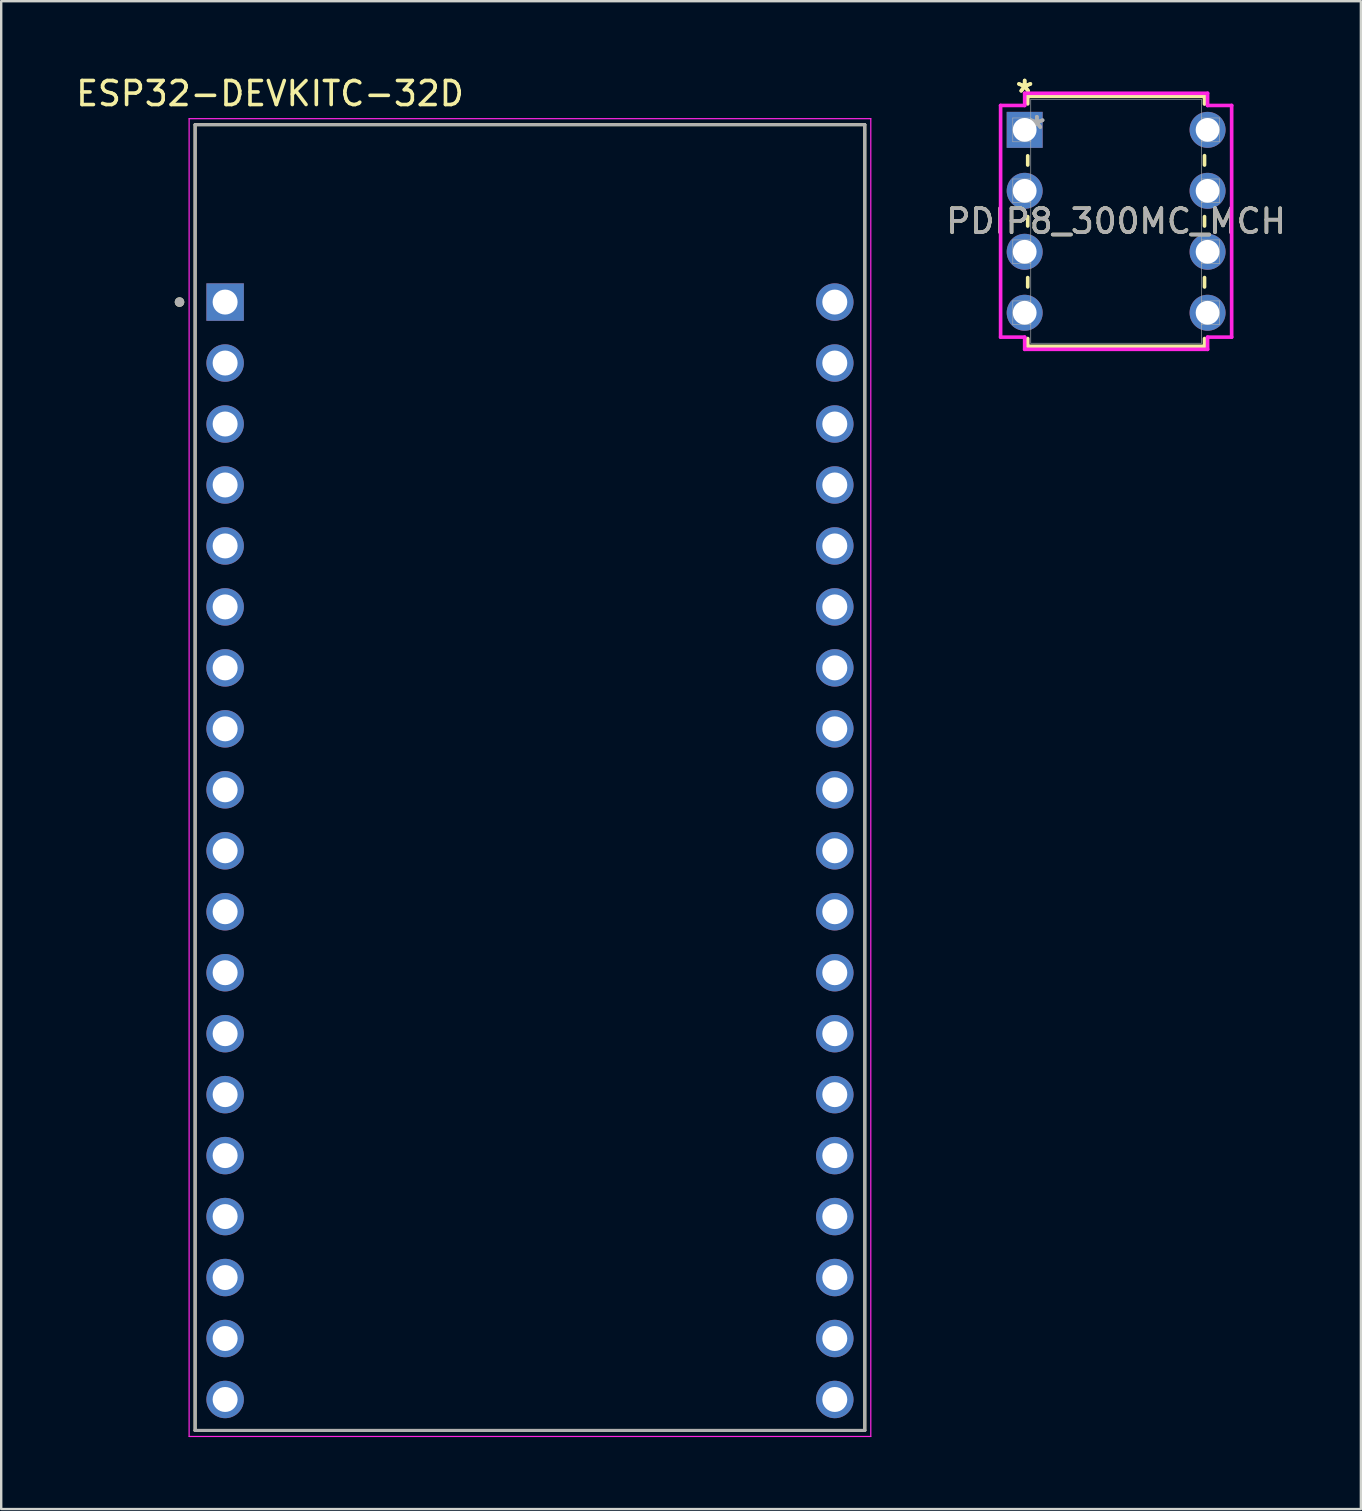
<source format=kicad_pcb>
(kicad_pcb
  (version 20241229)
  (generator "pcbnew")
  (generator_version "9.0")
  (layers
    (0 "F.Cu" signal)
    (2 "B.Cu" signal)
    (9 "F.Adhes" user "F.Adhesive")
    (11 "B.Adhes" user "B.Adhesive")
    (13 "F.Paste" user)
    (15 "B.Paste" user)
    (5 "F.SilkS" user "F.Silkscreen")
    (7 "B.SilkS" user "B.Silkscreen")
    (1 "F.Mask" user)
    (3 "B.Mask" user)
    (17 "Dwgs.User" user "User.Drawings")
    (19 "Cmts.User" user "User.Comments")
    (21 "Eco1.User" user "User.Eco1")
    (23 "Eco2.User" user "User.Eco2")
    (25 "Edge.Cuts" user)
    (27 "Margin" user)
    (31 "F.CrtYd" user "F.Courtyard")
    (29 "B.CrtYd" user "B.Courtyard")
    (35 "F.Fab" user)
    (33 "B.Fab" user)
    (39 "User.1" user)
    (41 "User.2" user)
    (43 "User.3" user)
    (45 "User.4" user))
  (footprint "PDIP8_300MC_MCH"
    (layer "F.Cu")
    (at 39.64 2.36)
    (property "Reference" "PDIP8_300MC_MCH" (at 3.81 3.81 0) (unlocked yes) (layer "F.SilkS") (effects (font (size 1 1) (thickness 0.15))))
    (attr through_hole)
    (fp_line (start 0.127 -1.397) (end 0.127 -1.082) (stroke (width 0.152) (type solid)) (layer "F.SilkS"))
    (fp_line (start 0.127 1.082) (end 0.127 1.465) (stroke (width 0.152) (type solid)) (layer "F.SilkS"))
    (fp_line (start 0.127 3.615) (end 0.127 4.005) (stroke (width 0.152) (type solid)) (layer "F.SilkS"))
    (fp_line (start 0.127 6.155) (end 0.127 6.545) (stroke (width 0.152) (type solid)) (layer "F.SilkS"))
    (fp_line (start 0.127 8.695) (end 0.127 9.017) (stroke (width 0.152) (type solid)) (layer "F.SilkS"))
    (fp_line (start 0.127 9.017) (end 7.493 9.017) (stroke (width 0.152) (type solid)) (layer "F.SilkS"))
    (fp_line (start 7.493 -1.397) (end 0.127 -1.397) (stroke (width 0.152) (type solid)) (layer "F.SilkS"))
    (fp_line (start 7.493 -1.075) (end 7.493 -1.397) (stroke (width 0.152) (type solid)) (layer "F.SilkS"))
    (fp_line (start 7.493 1.465) (end 7.493 1.075) (stroke (width 0.152) (type solid)) (layer "F.SilkS"))
    (fp_line (start 7.493 4.005) (end 7.493 3.615) (stroke (width 0.152) (type solid)) (layer "F.SilkS"))
    (fp_line (start 7.493 6.545) (end 7.493 6.155) (stroke (width 0.152) (type solid)) (layer "F.SilkS"))
    (fp_line (start 7.493 9.017) (end 7.493 8.695) (stroke (width 0.152) (type solid)) (layer "F.SilkS"))
    (fp_line (start -1.003 -1.016) (end 0 -1.016) (stroke (width 0.152) (type solid)) (layer "F.CrtYd"))
    (fp_line (start -1.003 8.636) (end -1.003 -1.016) (stroke (width 0.152) (type solid)) (layer "F.CrtYd"))
    (fp_line (start 0 -1.524) (end 7.62 -1.524) (stroke (width 0.152) (type solid)) (layer "F.CrtYd"))
    (fp_line (start 0 -1.016) (end 0 -1.524) (stroke (width 0.152) (type solid)) (layer "F.CrtYd"))
    (fp_line (start 0 8.636) (end -1.003 8.636) (stroke (width 0.152) (type solid)) (layer "F.CrtYd"))
    (fp_line (start 0 9.144) (end 0 8.636) (stroke (width 0.152) (type solid)) (layer "F.CrtYd"))
    (fp_line (start 7.62 -1.524) (end 7.62 -1.016) (stroke (width 0.152) (type solid)) (layer "F.CrtYd"))
    (fp_line (start 7.62 8.636) (end 7.62 9.144) (stroke (width 0.152) (type solid)) (layer "F.CrtYd"))
    (fp_line (start 7.62 9.144) (end 0 9.144) (stroke (width 0.152) (type solid)) (layer "F.CrtYd"))
    (fp_line (start 8.623 -1.016) (end 7.62 -1.016) (stroke (width 0.152) (type solid)) (layer "F.CrtYd"))
    (fp_line (start 8.623 -1.016) (end 8.623 8.636) (stroke (width 0.152) (type solid)) (layer "F.CrtYd"))
    (fp_line (start 8.623 8.636) (end 7.62 8.636) (stroke (width 0.152) (type solid)) (layer "F.CrtYd"))
    (fp_line (start -0.495 -0.495) (end -0.495 0.495) (stroke (width 0.025) (type solid)) (layer "F.Fab"))
    (fp_line (start -0.495 0.495) (end 0.254 0.495) (stroke (width 0.025) (type solid)) (layer "F.Fab"))
    (fp_line (start -0.495 2.045) (end -0.495 3.035) (stroke (width 0.025) (type solid)) (layer "F.Fab"))
    (fp_line (start -0.495 3.035) (end 0.254 3.035) (stroke (width 0.025) (type solid)) (layer "F.Fab"))
    (fp_line (start -0.495 4.585) (end -0.495 5.575) (stroke (width 0.025) (type solid)) (layer "F.Fab"))
    (fp_line (start -0.495 5.575) (end 0.254 5.575) (stroke (width 0.025) (type solid)) (layer "F.Fab"))
    (fp_line (start -0.495 7.125) (end -0.495 8.115) (stroke (width 0.025) (type solid)) (layer "F.Fab"))
    (fp_line (start -0.495 8.115) (end 0.254 8.115) (stroke (width 0.025) (type solid)) (layer "F.Fab"))
    (fp_line (start 0.254 -1.27) (end 0.254 8.89) (stroke (width 0.025) (type solid)) (layer "F.Fab"))
    (fp_line (start 0.254 -0.495) (end -0.495 -0.495) (stroke (width 0.025) (type solid)) (layer "F.Fab"))
    (fp_line (start 0.254 0.495) (end 0.254 -0.495) (stroke (width 0.025) (type solid)) (layer "F.Fab"))
    (fp_line (start 0.254 2.045) (end -0.495 2.045) (stroke (width 0.025) (type solid)) (layer "F.Fab"))
    (fp_line (start 0.254 3.035) (end 0.254 2.045) (stroke (width 0.025) (type solid)) (layer "F.Fab"))
    (fp_line (start 0.254 4.585) (end -0.495 4.585) (stroke (width 0.025) (type solid)) (layer "F.Fab"))
    (fp_line (start 0.254 5.575) (end 0.254 4.585) (stroke (width 0.025) (type solid)) (layer "F.Fab"))
    (fp_line (start 0.254 7.125) (end -0.495 7.125) (stroke (width 0.025) (type solid)) (layer "F.Fab"))
    (fp_line (start 0.254 8.115) (end 0.254 7.125) (stroke (width 0.025) (type solid)) (layer "F.Fab"))
    (fp_line (start 0.254 8.89) (end 7.366 8.89) (stroke (width 0.025) (type solid)) (layer "F.Fab"))
    (fp_line (start 7.366 -1.27) (end 0.254 -1.27) (stroke (width 0.025) (type solid)) (layer "F.Fab"))
    (fp_line (start 7.366 -0.495) (end 7.366 0.495) (stroke (width 0.025) (type solid)) (layer "F.Fab"))
    (fp_line (start 7.366 0.495) (end 8.115 0.495) (stroke (width 0.025) (type solid)) (layer "F.Fab"))
    (fp_line (start 7.366 2.045) (end 7.366 3.035) (stroke (width 0.025) (type solid)) (layer "F.Fab"))
    (fp_line (start 7.366 3.035) (end 8.115 3.035) (stroke (width 0.025) (type solid)) (layer "F.Fab"))
    (fp_line (start 7.366 4.585) (end 7.366 5.575) (stroke (width 0.025) (type solid)) (layer "F.Fab"))
    (fp_line (start 7.366 5.575) (end 8.115 5.575) (stroke (width 0.025) (type solid)) (layer "F.Fab"))
    (fp_line (start 7.366 7.125) (end 7.366 8.115) (stroke (width 0.025) (type solid)) (layer "F.Fab"))
    (fp_line (start 7.366 8.115) (end 8.115 8.115) (stroke (width 0.025) (type solid)) (layer "F.Fab"))
    (fp_line (start 7.366 8.89) (end 7.366 -1.27) (stroke (width 0.025) (type solid)) (layer "F.Fab"))
    (fp_line (start 8.115 -0.495) (end 7.366 -0.495) (stroke (width 0.025) (type solid)) (layer "F.Fab"))
    (fp_line (start 8.115 0.495) (end 8.115 -0.495) (stroke (width 0.025) (type solid)) (layer "F.Fab"))
    (fp_line (start 8.115 2.045) (end 7.366 2.045) (stroke (width 0.025) (type solid)) (layer "F.Fab"))
    (fp_line (start 8.115 3.035) (end 8.115 2.045) (stroke (width 0.025) (type solid)) (layer "F.Fab"))
    (fp_line (start 8.115 4.585) (end 7.366 4.585) (stroke (width 0.025) (type solid)) (layer "F.Fab"))
    (fp_line (start 8.115 5.575) (end 8.115 4.585) (stroke (width 0.025) (type solid)) (layer "F.Fab"))
    (fp_line (start 8.115 7.125) (end 7.366 7.125) (stroke (width 0.025) (type solid)) (layer "F.Fab"))
    (fp_line (start 8.115 8.115) (end 8.115 7.125) (stroke (width 0.025) (type solid)) (layer "F.Fab"))
    (fp_text user "*" (at 0 -1.511 0) (layer "F.SilkS") (effects (font (size 1 1) (thickness 0.15))))
    (fp_text user "*" (at 0 -1.511 0) (unlocked yes) (layer "F.SilkS") (effects (font (size 1 1) (thickness 0.15))))
    (fp_text user "*" (at 0.508 0 0) (unlocked yes) (layer "F.Fab") (effects (font (size 1 1) (thickness 0.15))))
    (fp_text user "*" (at 0.508 0 0) (layer "F.Fab") (effects (font (size 1 1) (thickness 0.15))))
    (fp_text user "${REFERENCE}" (at 3.81 3.81 0) (unlocked yes) (layer "F.Fab") (effects (font (size 1 1) (thickness 0.15))))
    (pad "1" thru_hole rect (at 0 0) (size 1.499 1.499) (drill 0.991) (layers "*.Cu" "*.Mask"))
    (pad "2" thru_hole circle (at 0 2.54) (size 1.499 1.499) (drill 0.991) (layers "*.Cu" "*.Mask"))
    (pad "3" thru_hole circle (at 0 5.08) (size 1.499 1.499) (drill 0.991) (layers "*.Cu" "*.Mask"))
    (pad "4" thru_hole circle (at 0 7.62) (size 1.499 1.499) (drill 0.991) (layers "*.Cu" "*.Mask"))
    (pad "5" thru_hole circle (at 7.62 7.62) (size 1.499 1.499) (drill 0.991) (layers "*.Cu" "*.Mask"))
    (pad "6" thru_hole circle (at 7.62 5.08) (size 1.499 1.499) (drill 0.991) (layers "*.Cu" "*.Mask"))
    (pad "7" thru_hole circle (at 7.62 2.54) (size 1.499 1.499) (drill 0.991) (layers "*.Cu" "*.Mask"))
    (pad "8" thru_hole circle (at 7.62 0) (size 1.499 1.499) (drill 0.991) (layers "*.Cu" "*.Mask")))
  (footprint "ESP32-DEVKITC-32D"
    (layer "F.Cu")
    (at 19.029 29.295)
    (property "Reference" "ESP32-DEVKITC-32D" (at -10.829 -28.446 0) (layer "F.SilkS") (effects (font (size 1 1) (thickness 0.15))))
    (attr through_hole)
    (fp_line (start -13.95 -27.15) (end 13.95 -27.15) (stroke (width 0.127) (type solid)) (layer "F.SilkS"))
    (fp_line (start -13.95 27.25) (end -13.95 -27.15) (stroke (width 0.127) (type solid)) (layer "F.SilkS"))
    (fp_line (start 13.95 -27.15) (end 13.95 27.25) (stroke (width 0.127) (type solid)) (layer "F.SilkS"))
    (fp_line (start 13.95 27.25) (end -13.95 27.25) (stroke (width 0.127) (type solid)) (layer "F.SilkS"))
    (fp_circle (center -14.6 -19.76) (end -14.5 -19.76) (stroke (width 0.2) (type solid)) (fill no) (layer "F.SilkS"))
    (fp_line (start -14.2 -27.4) (end 14.2 -27.4) (stroke (width 0.05) (type solid)) (layer "F.CrtYd"))
    (fp_line (start -14.2 27.5) (end -14.2 -27.4) (stroke (width 0.05) (type solid)) (layer "F.CrtYd"))
    (fp_line (start 14.2 -27.4) (end 14.2 27.5) (stroke (width 0.05) (type solid)) (layer "F.CrtYd"))
    (fp_line (start 14.2 27.5) (end -14.2 27.5) (stroke (width 0.05) (type solid)) (layer "F.CrtYd"))
    (fp_line (start -13.95 -27.15) (end 13.95 -27.15) (stroke (width 0.127) (type solid)) (layer "F.Fab"))
    (fp_line (start -13.95 27.25) (end -13.95 -27.15) (stroke (width 0.127) (type solid)) (layer "F.Fab"))
    (fp_line (start 13.95 -27.15) (end 13.95 27.25) (stroke (width 0.127) (type solid)) (layer "F.Fab"))
    (fp_line (start 13.95 27.25) (end -13.95 27.25) (stroke (width 0.127) (type solid)) (layer "F.Fab"))
    (fp_circle (center -14.6 -19.76) (end -14.5 -19.76) (stroke (width 0.2) (type solid)) (fill no) (layer "F.Fab"))
    (pad "J2-1" thru_hole rect (at -12.7 -19.76) (size 1.56 1.56) (drill 1.04) (layers "*.Cu" "*.Mask"))
    (pad "J2-2" thru_hole circle (at -12.7 -17.22) (size 1.56 1.56) (drill 1.04) (layers "*.Cu" "*.Mask"))
    (pad "J2-3" thru_hole circle (at -12.7 -14.68) (size 1.56 1.56) (drill 1.04) (layers "*.Cu" "*.Mask"))
    (pad "J2-4" thru_hole circle (at -12.7 -12.14) (size 1.56 1.56) (drill 1.04) (layers "*.Cu" "*.Mask"))
    (pad "J2-5" thru_hole circle (at -12.7 -9.6) (size 1.56 1.56) (drill 1.04) (layers "*.Cu" "*.Mask"))
    (pad "J2-6" thru_hole circle (at -12.7 -7.06) (size 1.56 1.56) (drill 1.04) (layers "*.Cu" "*.Mask"))
    (pad "J2-7" thru_hole circle (at -12.7 -4.52) (size 1.56 1.56) (drill 1.04) (layers "*.Cu" "*.Mask"))
    (pad "J2-8" thru_hole circle (at -12.7 -1.98) (size 1.56 1.56) (drill 1.04) (layers "*.Cu" "*.Mask"))
    (pad "J2-9" thru_hole circle (at -12.7 0.56) (size 1.56 1.56) (drill 1.04) (layers "*.Cu" "*.Mask"))
    (pad "J2-10" thru_hole circle (at -12.7 3.1) (size 1.56 1.56) (drill 1.04) (layers "*.Cu" "*.Mask"))
    (pad "J2-11" thru_hole circle (at -12.7 5.64) (size 1.56 1.56) (drill 1.04) (layers "*.Cu" "*.Mask"))
    (pad "J2-12" thru_hole circle (at -12.7 8.18) (size 1.56 1.56) (drill 1.04) (layers "*.Cu" "*.Mask"))
    (pad "J2-13" thru_hole circle (at -12.7 10.72) (size 1.56 1.56) (drill 1.04) (layers "*.Cu" "*.Mask"))
    (pad "J2-14" thru_hole circle (at -12.7 13.26) (size 1.56 1.56) (drill 1.04) (layers "*.Cu" "*.Mask"))
    (pad "J2-15" thru_hole circle (at -12.7 15.8) (size 1.56 1.56) (drill 1.04) (layers "*.Cu" "*.Mask"))
    (pad "J2-16" thru_hole circle (at -12.7 18.34) (size 1.56 1.56) (drill 1.04) (layers "*.Cu" "*.Mask"))
    (pad "J2-17" thru_hole circle (at -12.7 20.88) (size 1.56 1.56) (drill 1.04) (layers "*.Cu" "*.Mask"))
    (pad "J2-18" thru_hole circle (at -12.7 23.42) (size 1.56 1.56) (drill 1.04) (layers "*.Cu" "*.Mask"))
    (pad "J2-19" thru_hole circle (at -12.7 25.96) (size 1.56 1.56) (drill 1.04) (layers "*.Cu" "*.Mask"))
    (pad "J3-1" thru_hole circle (at 12.7 -19.76) (size 1.56 1.56) (drill 1.04) (layers "*.Cu" "*.Mask"))
    (pad "J3-2" thru_hole circle (at 12.7 -17.22) (size 1.56 1.56) (drill 1.04) (layers "*.Cu" "*.Mask"))
    (pad "J3-3" thru_hole circle (at 12.7 -14.68) (size 1.56 1.56) (drill 1.04) (layers "*.Cu" "*.Mask"))
    (pad "J3-4" thru_hole circle (at 12.7 -12.14) (size 1.56 1.56) (drill 1.04) (layers "*.Cu" "*.Mask"))
    (pad "J3-5" thru_hole circle (at 12.7 -9.6) (size 1.56 1.56) (drill 1.04) (layers "*.Cu" "*.Mask"))
    (pad "J3-6" thru_hole circle (at 12.7 -7.06) (size 1.56 1.56) (drill 1.04) (layers "*.Cu" "*.Mask"))
    (pad "J3-7" thru_hole circle (at 12.7 -4.52) (size 1.56 1.56) (drill 1.04) (layers "*.Cu" "*.Mask"))
    (pad "J3-8" thru_hole circle (at 12.7 -1.98) (size 1.56 1.56) (drill 1.04) (layers "*.Cu" "*.Mask"))
    (pad "J3-9" thru_hole circle (at 12.7 0.56) (size 1.56 1.56) (drill 1.04) (layers "*.Cu" "*.Mask"))
    (pad "J3-10" thru_hole circle (at 12.7 3.1) (size 1.56 1.56) (drill 1.04) (layers "*.Cu" "*.Mask"))
    (pad "J3-11" thru_hole circle (at 12.7 5.64) (size 1.56 1.56) (drill 1.04) (layers "*.Cu" "*.Mask"))
    (pad "J3-12" thru_hole circle (at 12.7 8.18) (size 1.56 1.56) (drill 1.04) (layers "*.Cu" "*.Mask"))
    (pad "J3-13" thru_hole circle (at 12.7 10.72) (size 1.56 1.56) (drill 1.04) (layers "*.Cu" "*.Mask"))
    (pad "J3-14" thru_hole circle (at 12.7 13.26) (size 1.56 1.56) (drill 1.04) (layers "*.Cu" "*.Mask"))
    (pad "J3-15" thru_hole circle (at 12.7 15.8) (size 1.56 1.56) (drill 1.04) (layers "*.Cu" "*.Mask"))
    (pad "J3-16" thru_hole circle (at 12.7 18.34) (size 1.56 1.56) (drill 1.04) (layers "*.Cu" "*.Mask"))
    (pad "J3-17" thru_hole circle (at 12.7 20.88) (size 1.56 1.56) (drill 1.04) (layers "*.Cu" "*.Mask"))
    (pad "J3-18" thru_hole circle (at 12.7 23.42) (size 1.56 1.56) (drill 1.04) (layers "*.Cu" "*.Mask"))
    (pad "J3-19" thru_hole circle (at 12.7 25.96) (size 1.56 1.56) (drill 1.04) (layers "*.Cu" "*.Mask")))
  (gr_rect
    (start -3 -3)
    (end 53.647 59.82)
    (stroke (width 0.1) (type default))
    (fill no)
    (layer "Edge.Cuts")))
</source>
